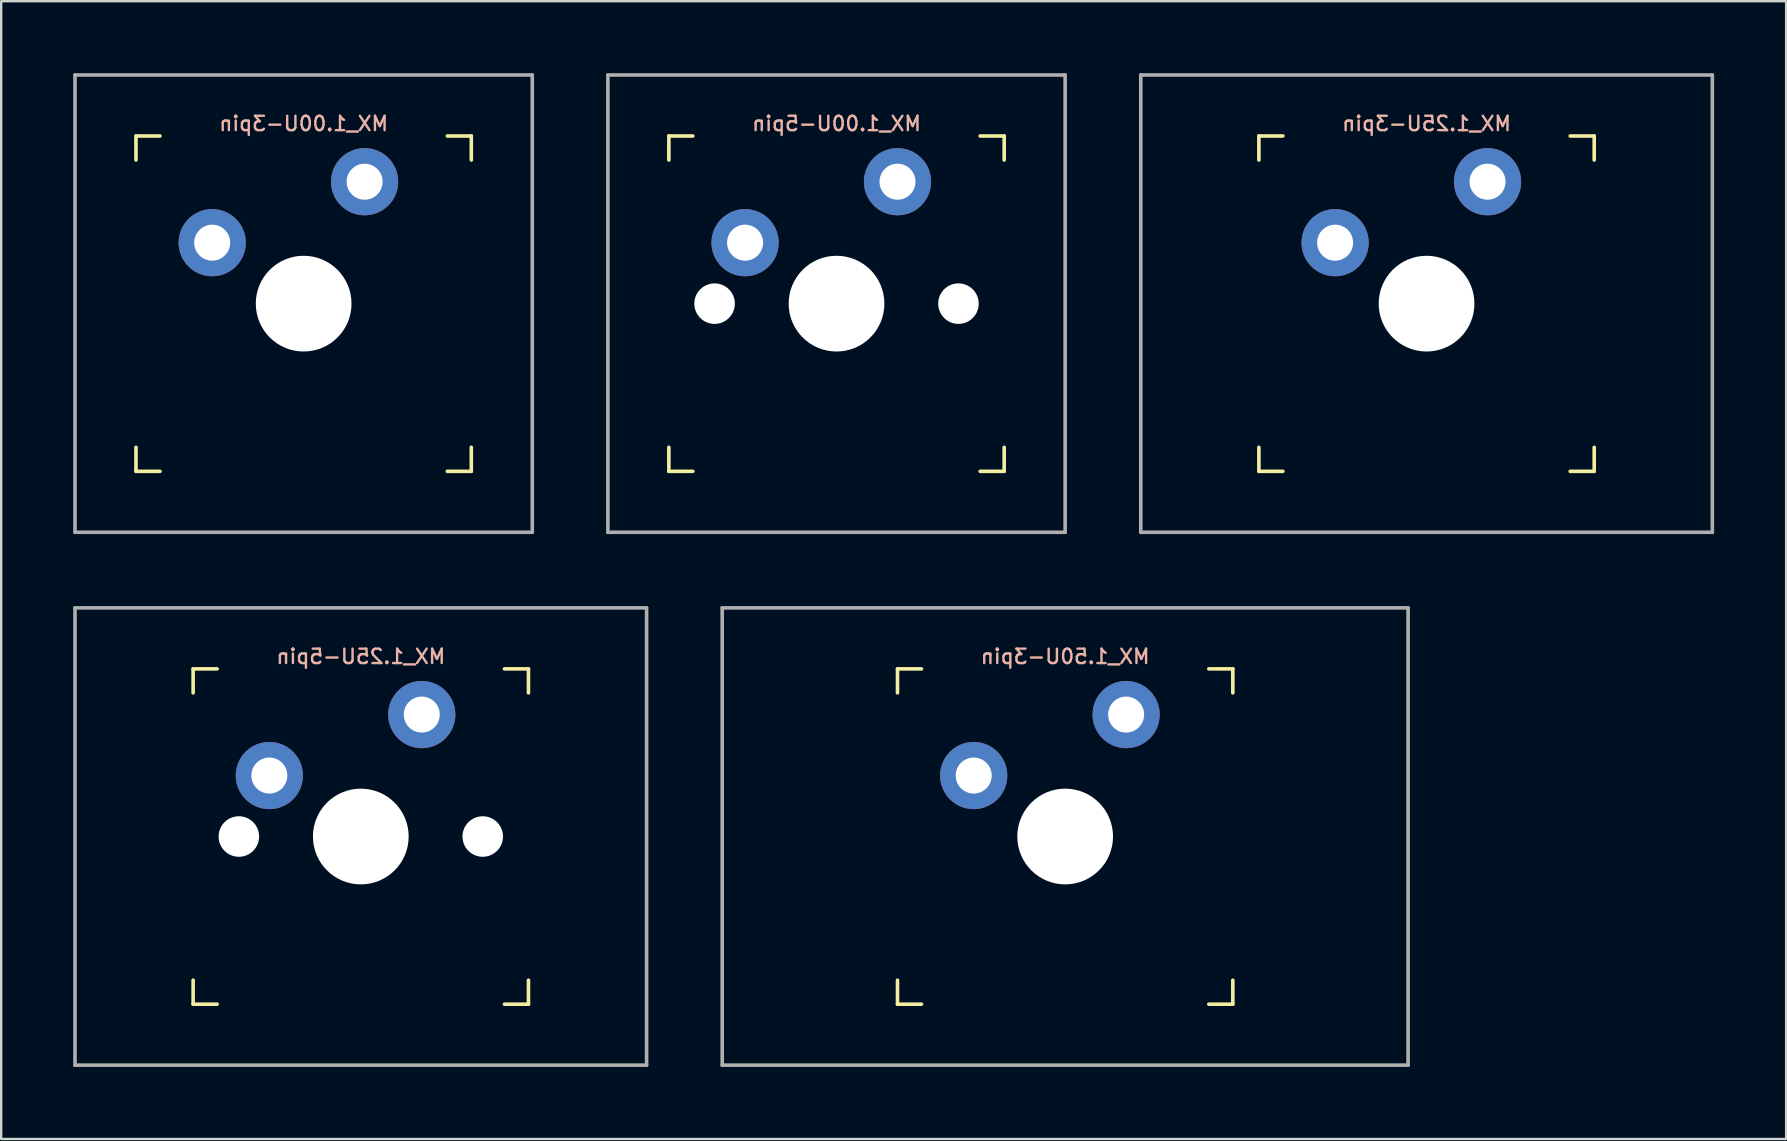
<source format=kicad_pcb>
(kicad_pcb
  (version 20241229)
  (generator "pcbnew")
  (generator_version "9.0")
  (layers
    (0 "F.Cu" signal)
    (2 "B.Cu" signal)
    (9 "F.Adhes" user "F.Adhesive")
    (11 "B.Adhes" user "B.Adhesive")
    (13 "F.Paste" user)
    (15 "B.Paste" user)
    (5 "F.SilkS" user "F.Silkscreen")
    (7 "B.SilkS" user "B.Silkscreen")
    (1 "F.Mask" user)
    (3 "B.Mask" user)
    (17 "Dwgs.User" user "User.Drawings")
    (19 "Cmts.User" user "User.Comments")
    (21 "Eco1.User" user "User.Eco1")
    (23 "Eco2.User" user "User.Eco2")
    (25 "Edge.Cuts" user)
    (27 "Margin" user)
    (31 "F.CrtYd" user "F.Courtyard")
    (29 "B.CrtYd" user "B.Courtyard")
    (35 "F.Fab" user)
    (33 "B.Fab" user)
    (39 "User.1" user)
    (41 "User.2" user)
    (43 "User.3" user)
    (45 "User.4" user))
  (footprint "MX_1.25U-3pin"
    (layer "F.Cu")
    (at 56.381 9.6)
    (property "Reference" "MX_1.25U-3pin" (at 0 -7.5 0) (layer "B.SilkS") (effects (font (size 0.6 0.6) (thickness 0.1)) (justify mirror)))
    (attr smd)
    (fp_line (start -6.985 -5.985) (end -6.985 -6.985) (stroke (width 0.15) (type solid)) (layer "F.SilkS"))
    (fp_line (start -6.985 6.985) (end -6.985 5.985) (stroke (width 0.15) (type solid)) (layer "F.SilkS"))
    (fp_line (start -6.985 6.985) (end -5.985 6.985) (stroke (width 0.15) (type solid)) (layer "F.SilkS"))
    (fp_line (start -5.985 -6.985) (end -6.985 -6.985) (stroke (width 0.15) (type solid)) (layer "F.SilkS"))
    (fp_line (start 5.985 6.985) (end 6.985 6.985) (stroke (width 0.15) (type solid)) (layer "F.SilkS"))
    (fp_line (start 6.985 -6.985) (end 5.985 -6.985) (stroke (width 0.15) (type solid)) (layer "F.SilkS"))
    (fp_line (start 6.985 -6.985) (end 6.985 -5.985) (stroke (width 0.15) (type solid)) (layer "F.SilkS"))
    (fp_line (start 6.985 5.985) (end 6.985 6.985) (stroke (width 0.15) (type solid)) (layer "F.SilkS"))
    (fp_line (start -6.985 6.985) (end -6.985 -6.985) (stroke (width 0.15) (type solid)) (layer "Eco2.User"))
    (fp_line (start -6.985 6.985) (end 6.985 6.985) (stroke (width 0.15) (type solid)) (layer "Eco2.User"))
    (fp_line (start 6.985 -6.985) (end -6.985 -6.985) (stroke (width 0.15) (type solid)) (layer "Eco2.User"))
    (fp_line (start 6.985 -6.985) (end 6.985 6.985) (stroke (width 0.15) (type solid)) (layer "Eco2.User"))
    (fp_line (start -11.906 -9.525) (end 11.906 -9.525) (stroke (width 0.15) (type solid)) (layer "F.Fab"))
    (fp_line (start -11.906 9.525) (end -11.906 -9.525) (stroke (width 0.15) (type solid)) (layer "F.Fab"))
    (fp_line (start 11.906 -9.525) (end 11.906 9.525) (stroke (width 0.15) (type solid)) (layer "F.Fab"))
    (fp_line (start 11.906 9.525) (end -11.906 9.525) (stroke (width 0.15) (type solid)) (layer "F.Fab"))
    (pad "" np_thru_hole circle (at 0 0) (size 3.988 3.988) (drill 3.988) (layers "*.Cu" "*.Mask"))
    (pad "1" thru_hole circle (at 2.54 -5.08 90) (size 2.8 2.8) (drill 1.5) (layers "*.Cu" "*.Mask"))
    (pad "2" thru_hole circle (at -3.81 -2.54) (size 2.8 2.8) (drill 1.5) (layers "*.Cu" "*.Mask")))
  (footprint "MX_1.00U-3pin"
    (layer "F.Cu")
    (at 9.6 9.6)
    (property "Reference" "MX_1.00U-3pin" (at 0 -7.5 0) (layer "B.SilkS") (effects (font (size 0.6 0.6) (thickness 0.1)) (justify mirror)))
    (attr smd)
    (fp_line (start -6.985 -5.985) (end -6.985 -6.985) (stroke (width 0.15) (type solid)) (layer "F.SilkS"))
    (fp_line (start -6.985 6.985) (end -6.985 5.985) (stroke (width 0.15) (type solid)) (layer "F.SilkS"))
    (fp_line (start -6.985 6.985) (end -5.985 6.985) (stroke (width 0.15) (type solid)) (layer "F.SilkS"))
    (fp_line (start -5.985 -6.985) (end -6.985 -6.985) (stroke (width 0.15) (type solid)) (layer "F.SilkS"))
    (fp_line (start 5.985 6.985) (end 6.985 6.985) (stroke (width 0.15) (type solid)) (layer "F.SilkS"))
    (fp_line (start 6.985 -6.985) (end 5.985 -6.985) (stroke (width 0.15) (type solid)) (layer "F.SilkS"))
    (fp_line (start 6.985 -6.985) (end 6.985 -5.985) (stroke (width 0.15) (type solid)) (layer "F.SilkS"))
    (fp_line (start 6.985 5.985) (end 6.985 6.985) (stroke (width 0.15) (type solid)) (layer "F.SilkS"))
    (fp_line (start -6.985 6.985) (end -6.985 -6.985) (stroke (width 0.15) (type solid)) (layer "Eco2.User"))
    (fp_line (start -6.985 6.985) (end 6.985 6.985) (stroke (width 0.15) (type solid)) (layer "Eco2.User"))
    (fp_line (start 6.985 -6.985) (end -6.985 -6.985) (stroke (width 0.15) (type solid)) (layer "Eco2.User"))
    (fp_line (start 6.985 -6.985) (end 6.985 6.985) (stroke (width 0.15) (type solid)) (layer "Eco2.User"))
    (fp_line (start -9.525 -9.525) (end 9.525 -9.525) (stroke (width 0.15) (type solid)) (layer "F.Fab"))
    (fp_line (start -9.525 9.525) (end -9.525 -9.525) (stroke (width 0.15) (type solid)) (layer "F.Fab"))
    (fp_line (start 9.525 -9.525) (end 9.525 9.525) (stroke (width 0.15) (type solid)) (layer "F.Fab"))
    (fp_line (start 9.525 9.525) (end -9.525 9.525) (stroke (width 0.15) (type solid)) (layer "F.Fab"))
    (pad "" np_thru_hole circle (at 0 0) (size 3.988 3.988) (drill 3.988) (layers "*.Cu" "*.Mask"))
    (pad "1" thru_hole circle (at 2.54 -5.08 90) (size 2.8 2.8) (drill 1.5) (layers "*.Cu" "*.Mask"))
    (pad "2" thru_hole circle (at -3.81 -2.54) (size 2.8 2.8) (drill 1.5) (layers "*.Cu" "*.Mask")))
  (footprint "MX_1.00U-5pin"
    (layer "F.Cu")
    (at 31.8 9.6)
    (property "Reference" "MX_1.00U-5pin" (at 0 -7.5 0) (layer "B.SilkS") (effects (font (size 0.6 0.6) (thickness 0.1)) (justify mirror)))
    (attr smd)
    (fp_line (start -6.985 -5.985) (end -6.985 -6.985) (stroke (width 0.15) (type solid)) (layer "F.SilkS"))
    (fp_line (start -6.985 6.985) (end -6.985 5.985) (stroke (width 0.15) (type solid)) (layer "F.SilkS"))
    (fp_line (start -6.985 6.985) (end -5.985 6.985) (stroke (width 0.15) (type solid)) (layer "F.SilkS"))
    (fp_line (start -5.985 -6.985) (end -6.985 -6.985) (stroke (width 0.15) (type solid)) (layer "F.SilkS"))
    (fp_line (start 5.985 6.985) (end 6.985 6.985) (stroke (width 0.15) (type solid)) (layer "F.SilkS"))
    (fp_line (start 6.985 -6.985) (end 5.985 -6.985) (stroke (width 0.15) (type solid)) (layer "F.SilkS"))
    (fp_line (start 6.985 -6.985) (end 6.985 -5.985) (stroke (width 0.15) (type solid)) (layer "F.SilkS"))
    (fp_line (start 6.985 5.985) (end 6.985 6.985) (stroke (width 0.15) (type solid)) (layer "F.SilkS"))
    (fp_line (start -6.985 6.985) (end -6.985 -6.985) (stroke (width 0.15) (type solid)) (layer "Eco2.User"))
    (fp_line (start -6.985 6.985) (end 6.985 6.985) (stroke (width 0.15) (type solid)) (layer "Eco2.User"))
    (fp_line (start 6.985 -6.985) (end -6.985 -6.985) (stroke (width 0.15) (type solid)) (layer "Eco2.User"))
    (fp_line (start 6.985 -6.985) (end 6.985 6.985) (stroke (width 0.15) (type solid)) (layer "Eco2.User"))
    (fp_line (start -9.525 -9.525) (end 9.525 -9.525) (stroke (width 0.15) (type solid)) (layer "F.Fab"))
    (fp_line (start -9.525 9.525) (end -9.525 -9.525) (stroke (width 0.15) (type solid)) (layer "F.Fab"))
    (fp_line (start 9.525 -9.525) (end 9.525 9.525) (stroke (width 0.15) (type solid)) (layer "F.Fab"))
    (fp_line (start 9.525 9.525) (end -9.525 9.525) (stroke (width 0.15) (type solid)) (layer "F.Fab"))
    (pad "" np_thru_hole circle (at -5.08 0) (size 1.688 1.688) (drill 1.688) (layers "*.Cu" "*.Mask"))
    (pad "" np_thru_hole circle (at 0 0) (size 3.988 3.988) (drill 3.988) (layers "*.Cu" "*.Mask"))
    (pad "" np_thru_hole circle (at 5.08 0) (size 1.688 1.688) (drill 1.688) (layers "*.Cu" "*.Mask"))
    (pad "1" thru_hole circle (at 2.54 -5.08 90) (size 2.8 2.8) (drill 1.5) (layers "*.Cu" "*.Mask"))
    (pad "2" thru_hole circle (at -3.81 -2.54) (size 2.8 2.8) (drill 1.5) (layers "*.Cu" "*.Mask")))
  (footprint "MX_1.25U-5pin"
    (layer "F.Cu")
    (at 11.981 31.8)
    (property "Reference" "MX_1.25U-5pin" (at 0 -7.5 0) (layer "B.SilkS") (effects (font (size 0.6 0.6) (thickness 0.1)) (justify mirror)))
    (attr smd)
    (fp_line (start -6.985 -5.985) (end -6.985 -6.985) (stroke (width 0.15) (type solid)) (layer "F.SilkS"))
    (fp_line (start -6.985 6.985) (end -6.985 5.985) (stroke (width 0.15) (type solid)) (layer "F.SilkS"))
    (fp_line (start -6.985 6.985) (end -5.985 6.985) (stroke (width 0.15) (type solid)) (layer "F.SilkS"))
    (fp_line (start -5.985 -6.985) (end -6.985 -6.985) (stroke (width 0.15) (type solid)) (layer "F.SilkS"))
    (fp_line (start 5.985 6.985) (end 6.985 6.985) (stroke (width 0.15) (type solid)) (layer "F.SilkS"))
    (fp_line (start 6.985 -6.985) (end 5.985 -6.985) (stroke (width 0.15) (type solid)) (layer "F.SilkS"))
    (fp_line (start 6.985 -6.985) (end 6.985 -5.985) (stroke (width 0.15) (type solid)) (layer "F.SilkS"))
    (fp_line (start 6.985 5.985) (end 6.985 6.985) (stroke (width 0.15) (type solid)) (layer "F.SilkS"))
    (fp_line (start -6.985 6.985) (end -6.985 -6.985) (stroke (width 0.15) (type solid)) (layer "Eco2.User"))
    (fp_line (start -6.985 6.985) (end 6.985 6.985) (stroke (width 0.15) (type solid)) (layer "Eco2.User"))
    (fp_line (start 6.985 -6.985) (end -6.985 -6.985) (stroke (width 0.15) (type solid)) (layer "Eco2.User"))
    (fp_line (start 6.985 -6.985) (end 6.985 6.985) (stroke (width 0.15) (type solid)) (layer "Eco2.User"))
    (fp_line (start -11.906 -9.525) (end 11.906 -9.525) (stroke (width 0.15) (type solid)) (layer "F.Fab"))
    (fp_line (start -11.906 9.525) (end -11.906 -9.525) (stroke (width 0.15) (type solid)) (layer "F.Fab"))
    (fp_line (start 11.906 -9.525) (end 11.906 9.525) (stroke (width 0.15) (type solid)) (layer "F.Fab"))
    (fp_line (start 11.906 9.525) (end -11.906 9.525) (stroke (width 0.15) (type solid)) (layer "F.Fab"))
    (pad "" np_thru_hole circle (at -5.08 0) (size 1.688 1.688) (drill 1.688) (layers "*.Cu" "*.Mask"))
    (pad "" np_thru_hole circle (at 0 0) (size 3.988 3.988) (drill 3.988) (layers "*.Cu" "*.Mask"))
    (pad "" np_thru_hole circle (at 5.08 0) (size 1.688 1.688) (drill 1.688) (layers "*.Cu" "*.Mask"))
    (pad "1" thru_hole circle (at 2.54 -5.08 90) (size 2.8 2.8) (drill 1.5) (layers "*.Cu" "*.Mask"))
    (pad "2" thru_hole circle (at -3.81 -2.54) (size 2.8 2.8) (drill 1.5) (layers "*.Cu" "*.Mask")))
  (footprint "MX_1.50U-3pin"
    (layer "F.Cu")
    (at 41.325 31.8)
    (property "Reference" "MX_1.50U-3pin" (at 0 -7.5 0) (layer "B.SilkS") (effects (font (size 0.6 0.6) (thickness 0.1)) (justify mirror)))
    (attr smd)
    (fp_line (start -6.985 -5.985) (end -6.985 -6.985) (stroke (width 0.15) (type solid)) (layer "F.SilkS"))
    (fp_line (start -6.985 6.985) (end -6.985 5.985) (stroke (width 0.15) (type solid)) (layer "F.SilkS"))
    (fp_line (start -6.985 6.985) (end -5.985 6.985) (stroke (width 0.15) (type solid)) (layer "F.SilkS"))
    (fp_line (start -5.985 -6.985) (end -6.985 -6.985) (stroke (width 0.15) (type solid)) (layer "F.SilkS"))
    (fp_line (start 5.985 6.985) (end 6.985 6.985) (stroke (width 0.15) (type solid)) (layer "F.SilkS"))
    (fp_line (start 6.985 -6.985) (end 5.985 -6.985) (stroke (width 0.15) (type solid)) (layer "F.SilkS"))
    (fp_line (start 6.985 -6.985) (end 6.985 -5.985) (stroke (width 0.15) (type solid)) (layer "F.SilkS"))
    (fp_line (start 6.985 5.985) (end 6.985 6.985) (stroke (width 0.15) (type solid)) (layer "F.SilkS"))
    (fp_line (start -6.985 6.985) (end -6.985 -6.985) (stroke (width 0.15) (type solid)) (layer "Eco2.User"))
    (fp_line (start -6.985 6.985) (end 6.985 6.985) (stroke (width 0.15) (type solid)) (layer "Eco2.User"))
    (fp_line (start 6.985 -6.985) (end -6.985 -6.985) (stroke (width 0.15) (type solid)) (layer "Eco2.User"))
    (fp_line (start 6.985 -6.985) (end 6.985 6.985) (stroke (width 0.15) (type solid)) (layer "Eco2.User"))
    (fp_line (start -14.287 -9.525) (end 14.287 -9.525) (stroke (width 0.15) (type solid)) (layer "F.Fab"))
    (fp_line (start -14.287 9.525) (end -14.287 -9.525) (stroke (width 0.15) (type solid)) (layer "F.Fab"))
    (fp_line (start 14.287 -9.525) (end 14.287 9.525) (stroke (width 0.15) (type solid)) (layer "F.Fab"))
    (fp_line (start 14.287 9.525) (end -14.287 9.525) (stroke (width 0.15) (type solid)) (layer "F.Fab"))
    (pad "" np_thru_hole circle (at 0 0) (size 3.988 3.988) (drill 3.988) (layers "*.Cu" "*.Mask"))
    (pad "1" thru_hole circle (at 2.54 -5.08 90) (size 2.8 2.8) (drill 1.5) (layers "*.Cu" "*.Mask"))
    (pad "2" thru_hole circle (at -3.81 -2.54) (size 2.8 2.8) (drill 1.5) (layers "*.Cu" "*.Mask")))
  (gr_rect
    (start -3 -3)
    (end 71.362 44.4)
    (stroke (width 0.1) (type default))
    (fill no)
    (layer "Edge.Cuts")))
</source>
